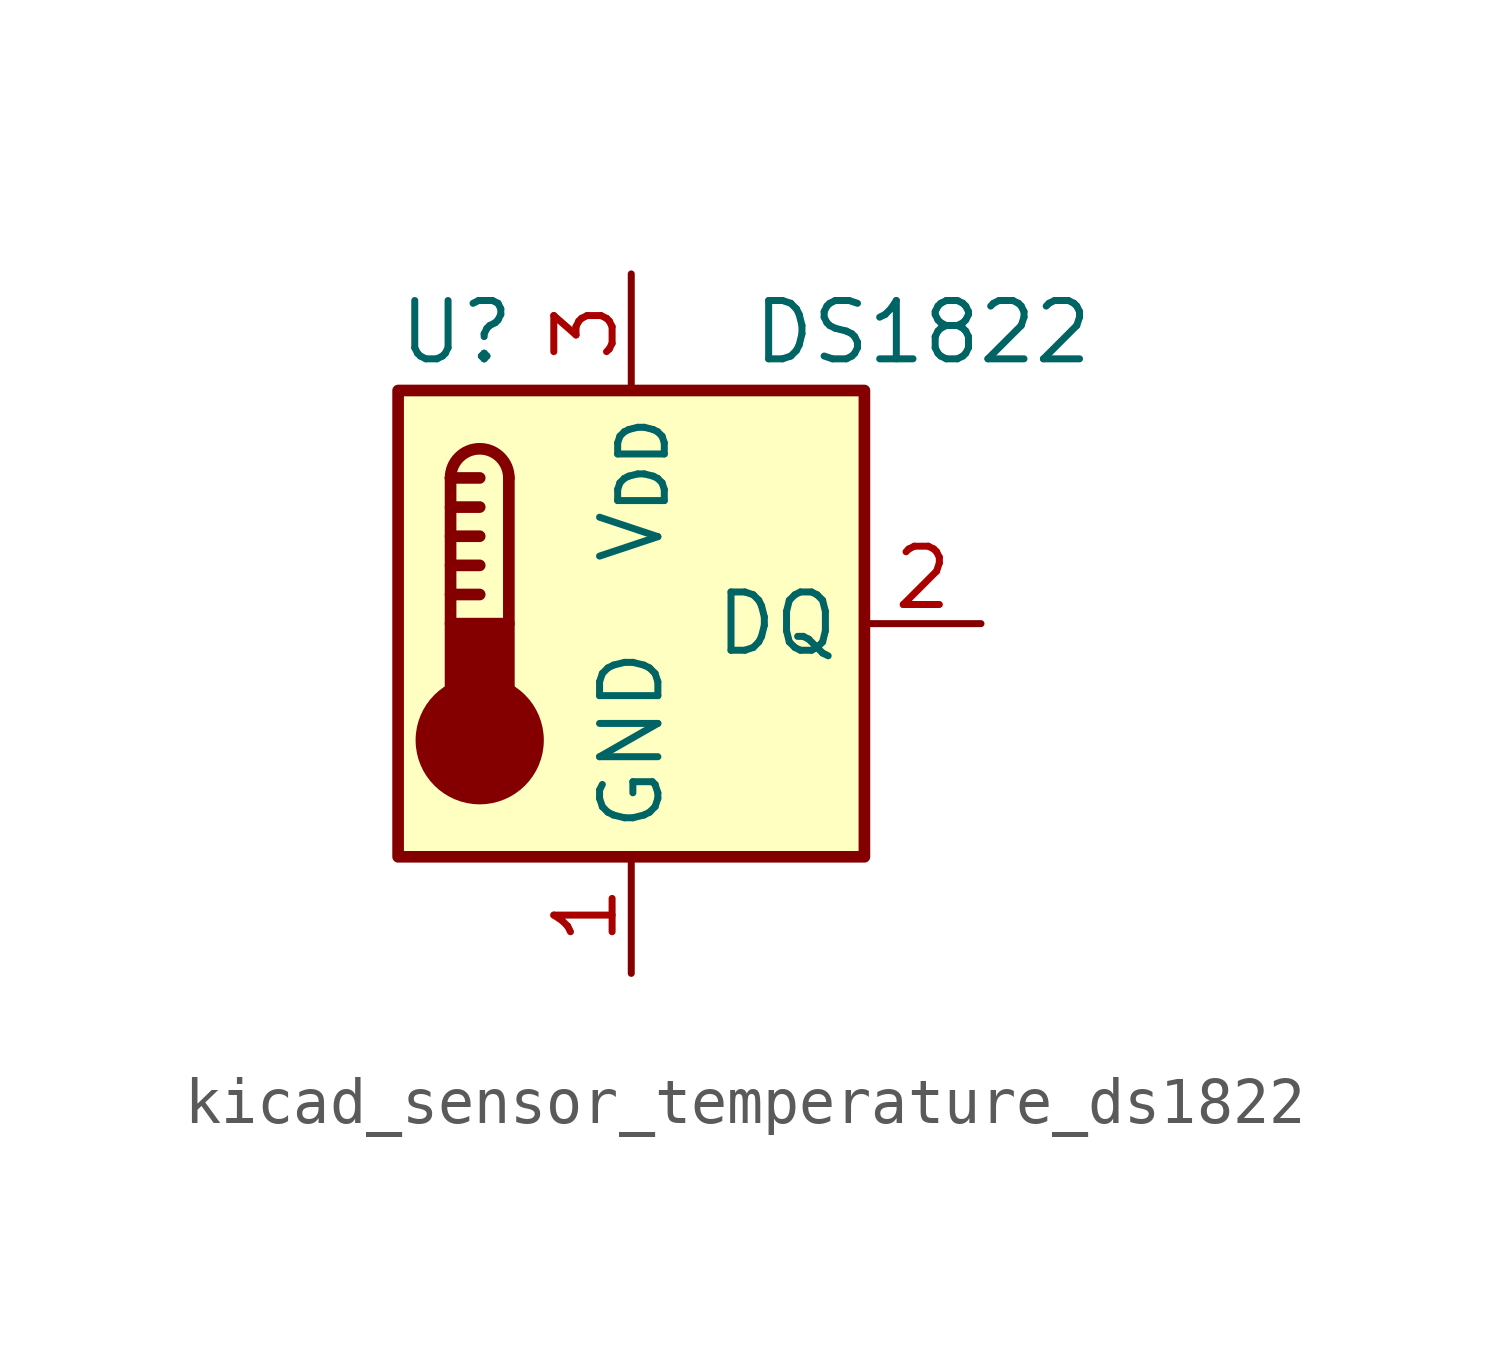
<source format=kicad_sym>
(kicad_symbol_lib
  (version 20220914)
  (generator kicad_symbol_editor)
  (symbol "kicad_sensor_temperature_ds1822"
    (property "Reference" "U"
      (at -3.81 6.35 0)
      (effects (font (size 1.27 1.27))))
    (property "Value" "DS1822"
      (at 6.35 6.35 0)
      (effects (font (size 1.27 1.27))))
    (symbol "kicad_sensor_temperature_ds1822_0_1"
      (rectangle (start -5.08 5.08) (end 5.08 -5.08) (stroke (width 0.254) (type default)) (fill (type background)))
      (circle (center -3.302 -2.54) (radius 1.27) (stroke (width 0.254) (type default)) (fill (type outline)))
      (rectangle (start -2.667 -1.905) (end -3.937 0) (stroke (width 0.254) (type default)) (fill (type outline)))
      (arc (start -2.667 3.175) (mid -3.302 3.8073) (end -3.937 3.175) (stroke (width 0.254) (type default)) (fill (type none)))
      (polyline (pts (xy -3.937 0.635) (xy -3.302 0.635)) (stroke (width 0.254) (type default)) (fill (type none)))
      (polyline (pts (xy -3.937 1.27) (xy -3.302 1.27)) (stroke (width 0.254) (type default)) (fill (type none)))
      (polyline (pts (xy -3.937 1.905) (xy -3.302 1.905)) (stroke (width 0.254) (type default)) (fill (type none)))
      (polyline (pts (xy -3.937 2.54) (xy -3.302 2.54)) (stroke (width 0.254) (type default)) (fill (type none)))
      (polyline (pts (xy -3.937 3.175) (xy -3.937 0)) (stroke (width 0.254) (type default)) (fill (type none)))
      (polyline (pts (xy -3.937 3.175) (xy -3.302 3.175)) (stroke (width 0.254) (type default)) (fill (type none)))
      (polyline (pts (xy -2.667 3.175) (xy -2.667 0)) (stroke (width 0.254) (type default)) (fill (type none))))
    (symbol "kicad_sensor_temperature_ds1822_1_1"
      (pin power_in line (at 0 -7.62 90) (length 2.54) (name "GND" (effects (font (size 1.27 1.27)))) (number "1" (effects (font (size 1.27 1.27)))))
      (pin bidirectional line (at 7.62 0 180) (length 2.54) (name "DQ" (effects (font (size 1.27 1.27)))) (number "2" (effects (font (size 1.27 1.27)))))
      (pin power_in line (at 0 7.62 270) (length 2.54) (name "V_{DD}" (effects (font (size 1.27 1.27)))) (number "3" (effects (font (size 1.27 1.27))))))))
</source>
